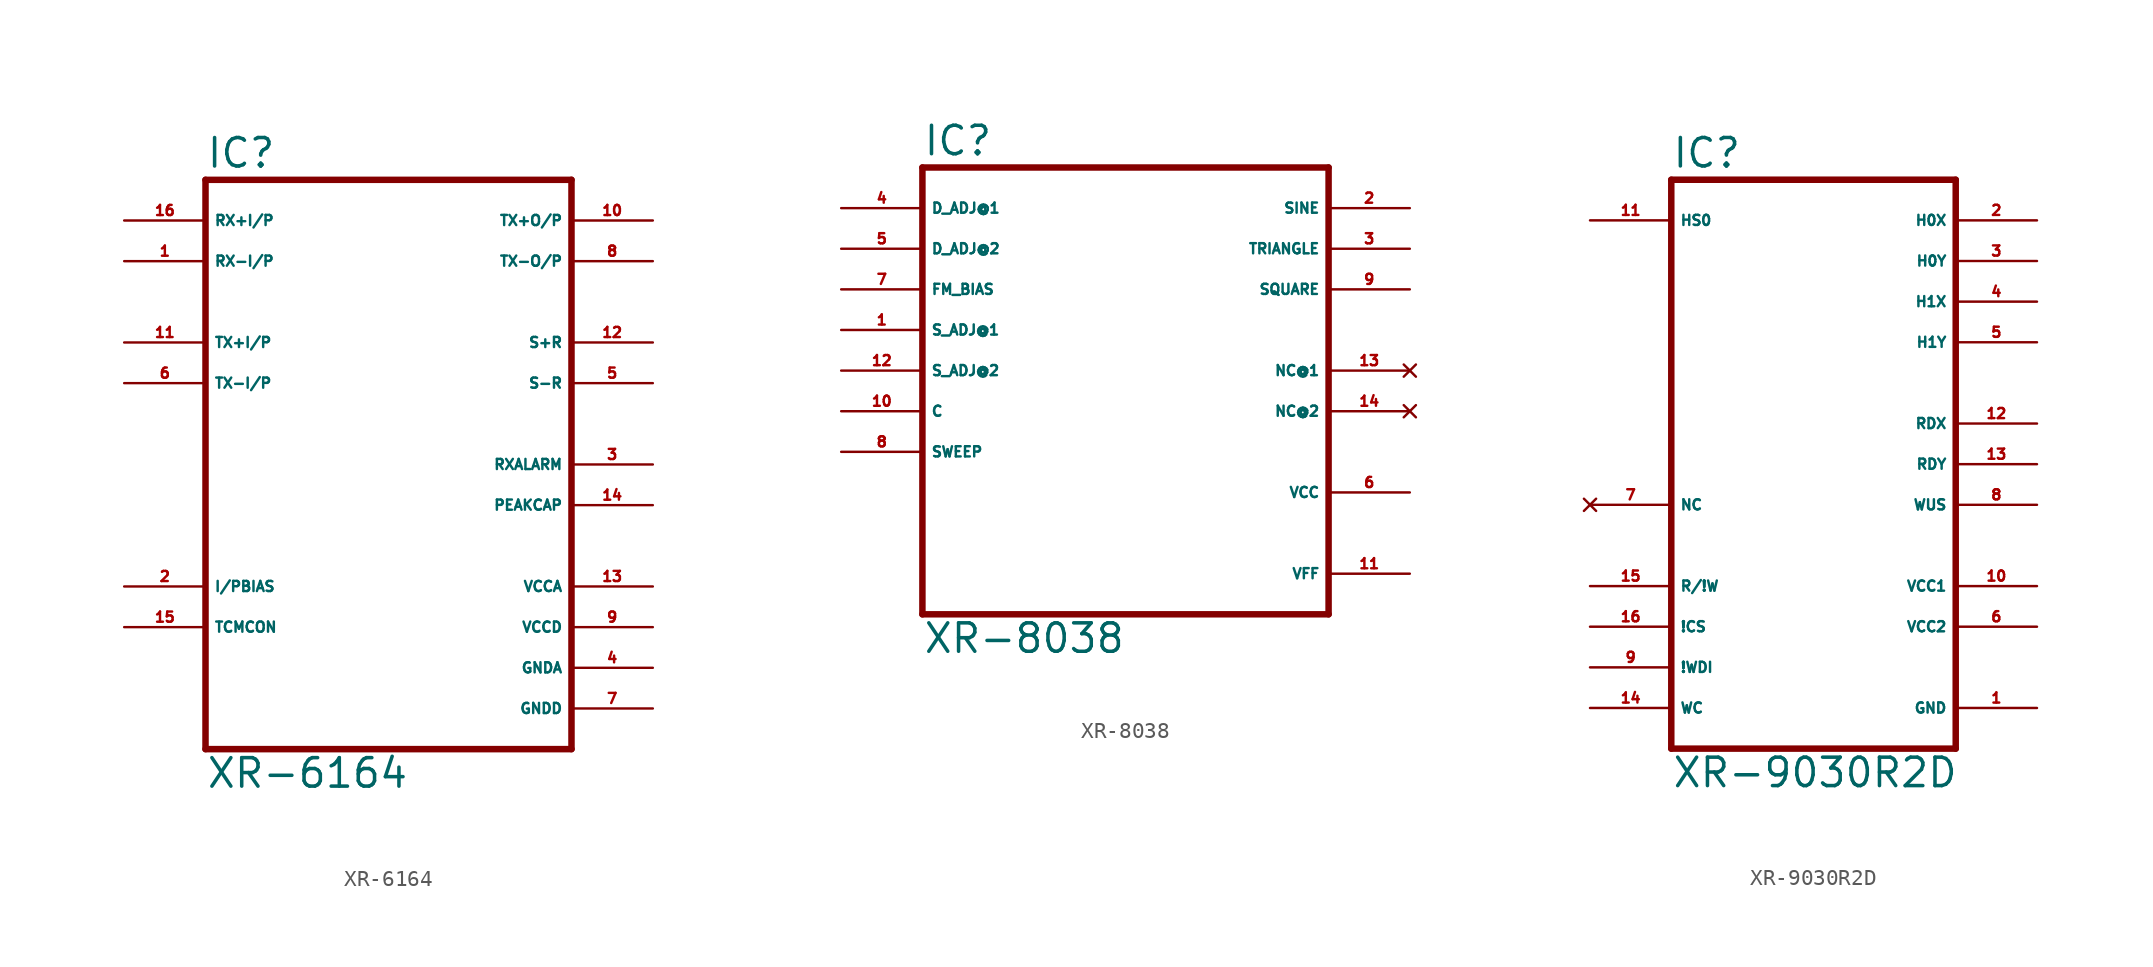
<source format=kicad_sym>
(kicad_symbol_lib
  (version 20220914)
  (generator Eagle2Kicad)
  (symbol "XR-6164"
    (property "Reference" "IC"
      (at -10.16 18.415 0)
      (effects (font (size 1.778 1.778) (thickness 0.22)) (justify left bottom)))
    (property "Value" "XR-6164"
      (at -10.16 -20.32 0)
      (effects (font (size 1.778 1.778) (thickness 0.22)) (justify left bottom)))
    (polyline
      (pts (xy 12.7 -17.78) (xy -10.16 -17.78))
      (stroke (width 0.406) (type default))
      (fill (type none)))
    (polyline
      (pts (xy -10.16 -17.78) (xy -10.16 17.78))
      (stroke (width 0.406) (type default))
      (fill (type none)))
    (polyline
      (pts (xy -10.16 17.78) (xy 12.7 17.78))
      (stroke (width 0.406) (type default))
      (fill (type none)))
    (polyline
      (pts (xy 12.7 17.78) (xy 12.7 -17.78))
      (stroke (width 0.406) (type default))
      (fill (type none)))
    (pin input line
      (at -15.24 15.24 0)
      (length 5.08)
      (name "RX+I/P" (effects (font (size 0.635 0.635) (thickness 0.08)) (justify left bottom)))
      (number "16" (effects (font (size 0.635 0.635) (thickness 0.08)) (justify left bottom))))
    (pin input line
      (at -15.24 12.7 0)
      (length 5.08)
      (name "RX-I/P" (effects (font (size 0.635 0.635) (thickness 0.08)) (justify left bottom)))
      (number "1" (effects (font (size 0.635 0.635) (thickness 0.08)) (justify left bottom))))
    (pin input line
      (at -15.24 7.62 0)
      (length 5.08)
      (name "TX+I/P" (effects (font (size 0.635 0.635) (thickness 0.08)) (justify left bottom)))
      (number "11" (effects (font (size 0.635 0.635) (thickness 0.08)) (justify left bottom))))
    (pin input line
      (at -15.24 5.08 0)
      (length 5.08)
      (name "TX-I/P" (effects (font (size 0.635 0.635) (thickness 0.08)) (justify left bottom)))
      (number "6" (effects (font (size 0.635 0.635) (thickness 0.08)) (justify left bottom))))
    (pin input line
      (at -15.24 -7.62 0)
      (length 5.08)
      (name "I/PBIAS" (effects (font (size 0.635 0.635) (thickness 0.08)) (justify left bottom)))
      (number "2" (effects (font (size 0.635 0.635) (thickness 0.08)) (justify left bottom))))
    (pin input line
      (at -15.24 -10.16 0)
      (length 5.08)
      (name "TCMCON" (effects (font (size 0.635 0.635) (thickness 0.08)) (justify left bottom)))
      (number "15" (effects (font (size 0.635 0.635) (thickness 0.08)) (justify left bottom))))
    (pin output line
      (at 17.78 15.24 180)
      (length 5.08)
      (name "TX+O/P" (effects (font (size 0.635 0.635) (thickness 0.08)) (justify left bottom)))
      (number "10" (effects (font (size 0.635 0.635) (thickness 0.08)) (justify left bottom))))
    (pin output line
      (at 17.78 12.7 180)
      (length 5.08)
      (name "TX-O/P" (effects (font (size 0.635 0.635) (thickness 0.08)) (justify left bottom)))
      (number "8" (effects (font (size 0.635 0.635) (thickness 0.08)) (justify left bottom))))
    (pin output line
      (at 17.78 7.62 180)
      (length 5.08)
      (name "S+R" (effects (font (size 0.635 0.635) (thickness 0.08)) (justify left bottom)))
      (number "12" (effects (font (size 0.635 0.635) (thickness 0.08)) (justify left bottom))))
    (pin output line
      (at 17.78 5.08 180)
      (length 5.08)
      (name "S-R" (effects (font (size 0.635 0.635) (thickness 0.08)) (justify left bottom)))
      (number "5" (effects (font (size 0.635 0.635) (thickness 0.08)) (justify left bottom))))
    (pin output line
      (at 17.78 0 180)
      (length 5.08)
      (name "RXALARM" (effects (font (size 0.635 0.635) (thickness 0.08)) (justify left bottom)))
      (number "3" (effects (font (size 0.635 0.635) (thickness 0.08)) (justify left bottom))))
    (pin output line
      (at 17.78 -2.54 180)
      (length 5.08)
      (name "PEAKCAP" (effects (font (size 0.635 0.635) (thickness 0.08)) (justify left bottom)))
      (number "14" (effects (font (size 0.635 0.635) (thickness 0.08)) (justify left bottom))))
    (pin unspecified line
      (at 17.78 -7.62 180)
      (length 5.08)
      (name "VCCA" (effects (font (size 0.635 0.635) (thickness 0.08)) (justify left bottom)))
      (number "13" (effects (font (size 0.635 0.635) (thickness 0.08)) (justify left bottom))))
    (pin unspecified line
      (at 17.78 -10.16 180)
      (length 5.08)
      (name "VCCD" (effects (font (size 0.635 0.635) (thickness 0.08)) (justify left bottom)))
      (number "9" (effects (font (size 0.635 0.635) (thickness 0.08)) (justify left bottom))))
    (pin unspecified line
      (at 17.78 -12.7 180)
      (length 5.08)
      (name "GNDA" (effects (font (size 0.635 0.635) (thickness 0.08)) (justify left bottom)))
      (number "4" (effects (font (size 0.635 0.635) (thickness 0.08)) (justify left bottom))))
    (pin unspecified line
      (at 17.78 -15.24 180)
      (length 5.08)
      (name "GNDD" (effects (font (size 0.635 0.635) (thickness 0.08)) (justify left bottom)))
      (number "7" (effects (font (size 0.635 0.635) (thickness 0.08)) (justify left bottom)))))
  (symbol "XR-8038"
    (property "Reference" "IC"
      (at -12.7 15.875 0)
      (effects (font (size 1.778 1.778) (thickness 0.22)) (justify left bottom)))
    (property "Value" "XR-8038"
      (at -12.7 -15.24 0)
      (effects (font (size 1.778 1.778) (thickness 0.22)) (justify left bottom)))
    (polyline
      (pts (xy -12.7 15.24) (xy -12.7 -12.7))
      (stroke (width 0.406) (type default))
      (fill (type none)))
    (polyline
      (pts (xy -12.7 -12.7) (xy 12.7 -12.7))
      (stroke (width 0.406) (type default))
      (fill (type none)))
    (polyline
      (pts (xy 12.7 -12.7) (xy 12.7 15.24))
      (stroke (width 0.406) (type default))
      (fill (type none)))
    (polyline
      (pts (xy 12.7 15.24) (xy -12.7 15.24))
      (stroke (width 0.406) (type default))
      (fill (type none)))
    (pin output line
      (at 17.78 7.62 180)
      (length 5.08)
      (name "SQUARE" (effects (font (size 0.635 0.635) (thickness 0.08)) (justify left bottom)))
      (number "9" (effects (font (size 0.635 0.635) (thickness 0.08)) (justify left bottom))))
    (pin output line
      (at 17.78 10.16 180)
      (length 5.08)
      (name "TRIANGLE" (effects (font (size 0.635 0.635) (thickness 0.08)) (justify left bottom)))
      (number "3" (effects (font (size 0.635 0.635) (thickness 0.08)) (justify left bottom))))
    (pin output line
      (at 17.78 12.7 180)
      (length 5.08)
      (name "SINE" (effects (font (size 0.635 0.635) (thickness 0.08)) (justify left bottom)))
      (number "2" (effects (font (size 0.635 0.635) (thickness 0.08)) (justify left bottom))))
    (pin input line
      (at -17.78 12.7 0)
      (length 5.08)
      (name "D_ADJ@1" (effects (font (size 0.635 0.635) (thickness 0.08)) (justify left bottom)))
      (number "4" (effects (font (size 0.635 0.635) (thickness 0.08)) (justify left bottom))))
    (pin input line
      (at -17.78 10.16 0)
      (length 5.08)
      (name "D_ADJ@2" (effects (font (size 0.635 0.635) (thickness 0.08)) (justify left bottom)))
      (number "5" (effects (font (size 0.635 0.635) (thickness 0.08)) (justify left bottom))))
    (pin input line
      (at -17.78 7.62 0)
      (length 5.08)
      (name "FM_BIAS" (effects (font (size 0.635 0.635) (thickness 0.08)) (justify left bottom)))
      (number "7" (effects (font (size 0.635 0.635) (thickness 0.08)) (justify left bottom))))
    (pin input line
      (at -17.78 5.08 0)
      (length 5.08)
      (name "S_ADJ@1" (effects (font (size 0.635 0.635) (thickness 0.08)) (justify left bottom)))
      (number "1" (effects (font (size 0.635 0.635) (thickness 0.08)) (justify left bottom))))
    (pin input line
      (at -17.78 2.54 0)
      (length 5.08)
      (name "S_ADJ@2" (effects (font (size 0.635 0.635) (thickness 0.08)) (justify left bottom)))
      (number "12" (effects (font (size 0.635 0.635) (thickness 0.08)) (justify left bottom))))
    (pin input line
      (at -17.78 0 0)
      (length 5.08)
      (name "C" (effects (font (size 0.635 0.635) (thickness 0.08)) (justify left bottom)))
      (number "10" (effects (font (size 0.635 0.635) (thickness 0.08)) (justify left bottom))))
    (pin input line
      (at -17.78 -2.54 0)
      (length 5.08)
      (name "SWEEP" (effects (font (size 0.635 0.635) (thickness 0.08)) (justify left bottom)))
      (number "8" (effects (font (size 0.635 0.635) (thickness 0.08)) (justify left bottom))))
    (pin no_connect line
      (at 17.78 0 180)
      (length 5.08)
      (name "NC@2" (effects (font (size 0.635 0.635) (thickness 0.08)) (justify left bottom) hide))
      (number "14" (effects (font (size 0.635 0.635) (thickness 0.08)) (justify left bottom) hide)))
    (pin no_connect line
      (at 17.78 2.54 180)
      (length 5.08)
      (name "NC@1" (effects (font (size 0.635 0.635) (thickness 0.08)) (justify left bottom) hide))
      (number "13" (effects (font (size 0.635 0.635) (thickness 0.08)) (justify left bottom) hide)))
    (pin unspecified line
      (at 17.78 -5.08 180)
      (length 5.08)
      (name "VCC" (effects (font (size 0.635 0.635) (thickness 0.08)) (justify left bottom)))
      (number "6" (effects (font (size 0.635 0.635) (thickness 0.08)) (justify left bottom))))
    (pin unspecified line
      (at 17.78 -10.16 180)
      (length 5.08)
      (name "VFF" (effects (font (size 0.635 0.635) (thickness 0.08)) (justify left bottom)))
      (number "11" (effects (font (size 0.635 0.635) (thickness 0.08)) (justify left bottom)))))
  (symbol "XR-9030R2D"
    (property "Reference" "IC"
      (at -7.62 18.415 0)
      (effects (font (size 1.778 1.778) (thickness 0.22)) (justify left bottom)))
    (property "Value" "XR-9030R2D"
      (at -7.62 -20.32 0)
      (effects (font (size 1.778 1.778) (thickness 0.22)) (justify left bottom)))
    (polyline
      (pts (xy 10.16 -17.78) (xy -7.62 -17.78))
      (stroke (width 0.406) (type default))
      (fill (type none)))
    (polyline
      (pts (xy -7.62 -17.78) (xy -7.62 17.78))
      (stroke (width 0.406) (type default))
      (fill (type none)))
    (polyline
      (pts (xy -7.62 17.78) (xy 10.16 17.78))
      (stroke (width 0.406) (type default))
      (fill (type none)))
    (polyline
      (pts (xy 10.16 17.78) (xy 10.16 -17.78))
      (stroke (width 0.406) (type default))
      (fill (type none)))
    (pin bidirectional line
      (at 15.24 15.24 180)
      (length 5.08)
      (name "H0X" (effects (font (size 0.635 0.635) (thickness 0.08)) (justify left bottom)))
      (number "2" (effects (font (size 0.635 0.635) (thickness 0.08)) (justify left bottom))))
    (pin bidirectional line
      (at 15.24 12.7 180)
      (length 5.08)
      (name "H0Y" (effects (font (size 0.635 0.635) (thickness 0.08)) (justify left bottom)))
      (number "3" (effects (font (size 0.635 0.635) (thickness 0.08)) (justify left bottom))))
    (pin bidirectional line
      (at 15.24 10.16 180)
      (length 5.08)
      (name "H1X" (effects (font (size 0.635 0.635) (thickness 0.08)) (justify left bottom)))
      (number "4" (effects (font (size 0.635 0.635) (thickness 0.08)) (justify left bottom))))
    (pin bidirectional line
      (at 15.24 7.62 180)
      (length 5.08)
      (name "H1Y" (effects (font (size 0.635 0.635) (thickness 0.08)) (justify left bottom)))
      (number "5" (effects (font (size 0.635 0.635) (thickness 0.08)) (justify left bottom))))
    (pin input line
      (at -12.7 15.24 0)
      (length 5.08)
      (name "HS0" (effects (font (size 0.635 0.635) (thickness 0.08)) (justify left bottom)))
      (number "11" (effects (font (size 0.635 0.635) (thickness 0.08)) (justify left bottom))))
    (pin input line
      (at -12.7 -10.16 0)
      (length 5.08)
      (name "!CS" (effects (font (size 0.635 0.635) (thickness 0.08)) (justify left bottom)))
      (number "16" (effects (font (size 0.635 0.635) (thickness 0.08)) (justify left bottom))))
    (pin input line
      (at -12.7 -7.62 0)
      (length 5.08)
      (name "R/!W" (effects (font (size 0.635 0.635) (thickness 0.08)) (justify left bottom)))
      (number "15" (effects (font (size 0.635 0.635) (thickness 0.08)) (justify left bottom))))
    (pin input line
      (at -12.7 -12.7 0)
      (length 5.08)
      (name "!WDI" (effects (font (size 0.635 0.635) (thickness 0.08)) (justify left bottom)))
      (number "9" (effects (font (size 0.635 0.635) (thickness 0.08)) (justify left bottom))))
    (pin output line
      (at 15.24 2.54 180)
      (length 5.08)
      (name "RDX" (effects (font (size 0.635 0.635) (thickness 0.08)) (justify left bottom)))
      (number "12" (effects (font (size 0.635 0.635) (thickness 0.08)) (justify left bottom))))
    (pin output line
      (at 15.24 0 180)
      (length 5.08)
      (name "RDY" (effects (font (size 0.635 0.635) (thickness 0.08)) (justify left bottom)))
      (number "13" (effects (font (size 0.635 0.635) (thickness 0.08)) (justify left bottom))))
    (pin output line
      (at 15.24 -2.54 180)
      (length 5.08)
      (name "WUS" (effects (font (size 0.635 0.635) (thickness 0.08)) (justify left bottom)))
      (number "8" (effects (font (size 0.635 0.635) (thickness 0.08)) (justify left bottom))))
    (pin input line
      (at -12.7 -15.24 0)
      (length 5.08)
      (name "WC" (effects (font (size 0.635 0.635) (thickness 0.08)) (justify left bottom)))
      (number "14" (effects (font (size 0.635 0.635) (thickness 0.08)) (justify left bottom))))
    (pin unspecified line
      (at 15.24 -7.62 180)
      (length 5.08)
      (name "VCC1" (effects (font (size 0.635 0.635) (thickness 0.08)) (justify left bottom)))
      (number "10" (effects (font (size 0.635 0.635) (thickness 0.08)) (justify left bottom))))
    (pin unspecified line
      (at 15.24 -10.16 180)
      (length 5.08)
      (name "VCC2" (effects (font (size 0.635 0.635) (thickness 0.08)) (justify left bottom)))
      (number "6" (effects (font (size 0.635 0.635) (thickness 0.08)) (justify left bottom))))
    (pin unspecified line
      (at 15.24 -15.24 180)
      (length 5.08)
      (name "GND" (effects (font (size 0.635 0.635) (thickness 0.08)) (justify left bottom)))
      (number "1" (effects (font (size 0.635 0.635) (thickness 0.08)) (justify left bottom))))
    (pin no_connect line
      (at -12.7 -2.54 0)
      (length 5.08)
      (name "NC" (effects (font (size 0.635 0.635) (thickness 0.08)) (justify left bottom) hide))
      (number "7" (effects (font (size 0.635 0.635) (thickness 0.08)) (justify left bottom) hide)))))
</source>
